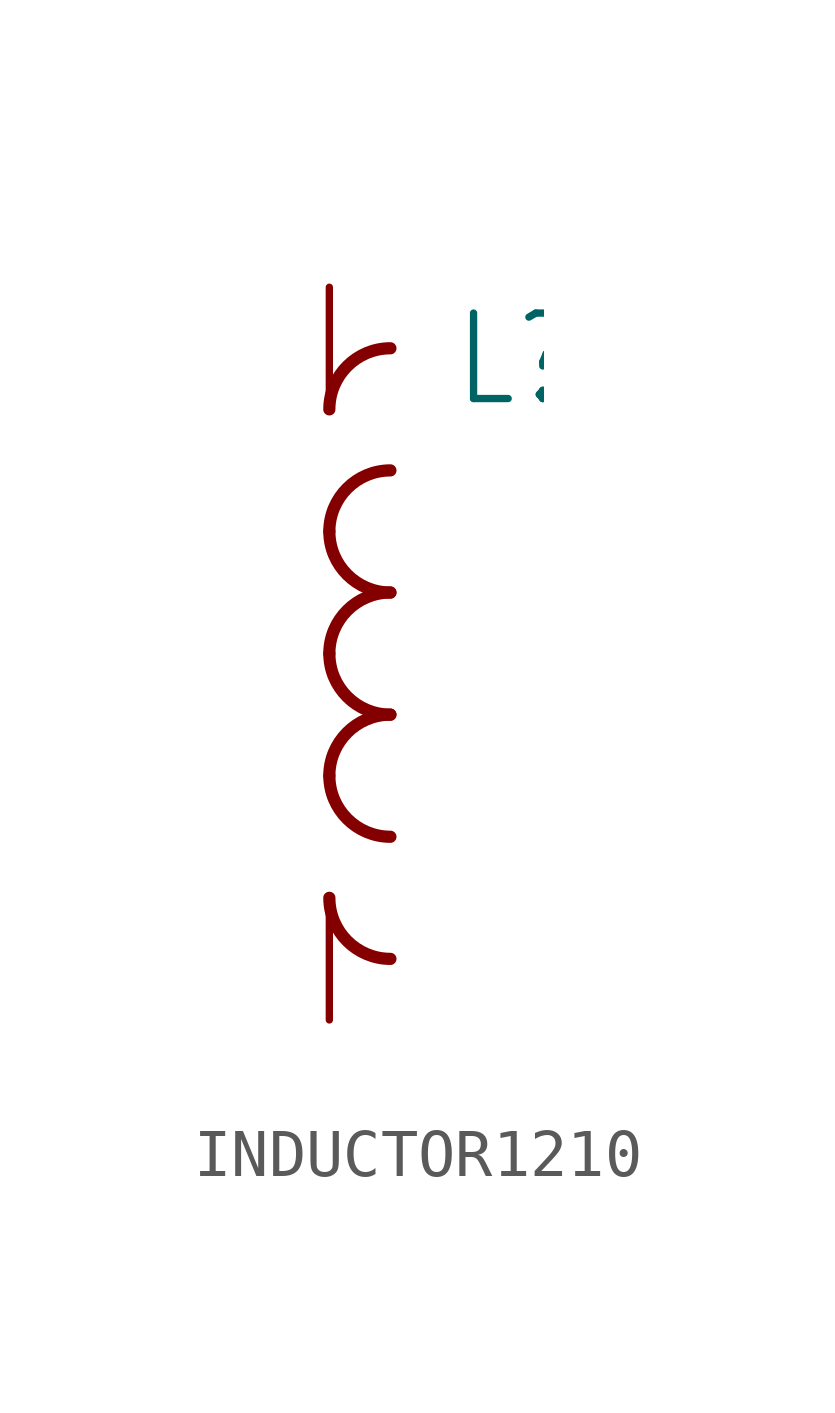
<source format=kicad_sym>
(kicad_symbol_lib
  (version 20241209)
  (generator "kicad_symbol_editor")
  (generator_version "9.0")
  (symbol "INDUCTOR1210"
    (property "Reference" "L"
      (at 2.54 5.08 0)
      (effects (font (size 1.778 1.511)) (justify left bottom)))
    (property "Value" ""
      (at 2.54 -5.08 0)
      (effects (font (size 1.778 1.511)) (justify left bottom)))
    (property "ki_locked" ""
      (at 0 0 0)
      (effects (font (size 1.27 1.27))))
    (symbol "INDUCTOR1210_1_0"
      (arc (start 0 5.08) (mid 0.372 5.978) (end 1.27 6.35) (stroke (width 0.254) (type solid)) (fill (type none)))
      (arc (start 0 2.54) (mid 0.372 3.438) (end 1.27 3.81) (stroke (width 0.254) (type solid)) (fill (type none)))
      (arc (start 1.27 1.27) (mid 0.372 1.642) (end 0 2.54) (stroke (width 0.254) (type solid)) (fill (type none)))
      (arc (start 0 0) (mid 0.372 0.898) (end 1.27 1.27) (stroke (width 0.254) (type solid)) (fill (type none)))
      (arc (start 1.27 -1.27) (mid 0.372 -0.898) (end 0 0) (stroke (width 0.254) (type solid)) (fill (type none)))
      (arc (start 0 -2.54) (mid 0.372 -1.642) (end 1.27 -1.27) (stroke (width 0.254) (type solid)) (fill (type none)))
      (arc (start 1.27 -3.81) (mid 0.372 -3.438) (end 0 -2.54) (stroke (width 0.254) (type solid)) (fill (type none)))
      (arc (start 1.27 -6.35) (mid 0.372 -5.978) (end 0 -5.08) (stroke (width 0.254) (type solid)) (fill (type none)))
      (pin passive line (at 0 7.62 270) (length 2.54) (name "1" (effects (font (size 0 0)))) (number "1" (effects (font (size 0 0)))))
      (pin passive line (at 0 -7.62 90) (length 2.54) (name "2" (effects (font (size 0 0)))) (number "2" (effects (font (size 0 0))))))))
</source>
